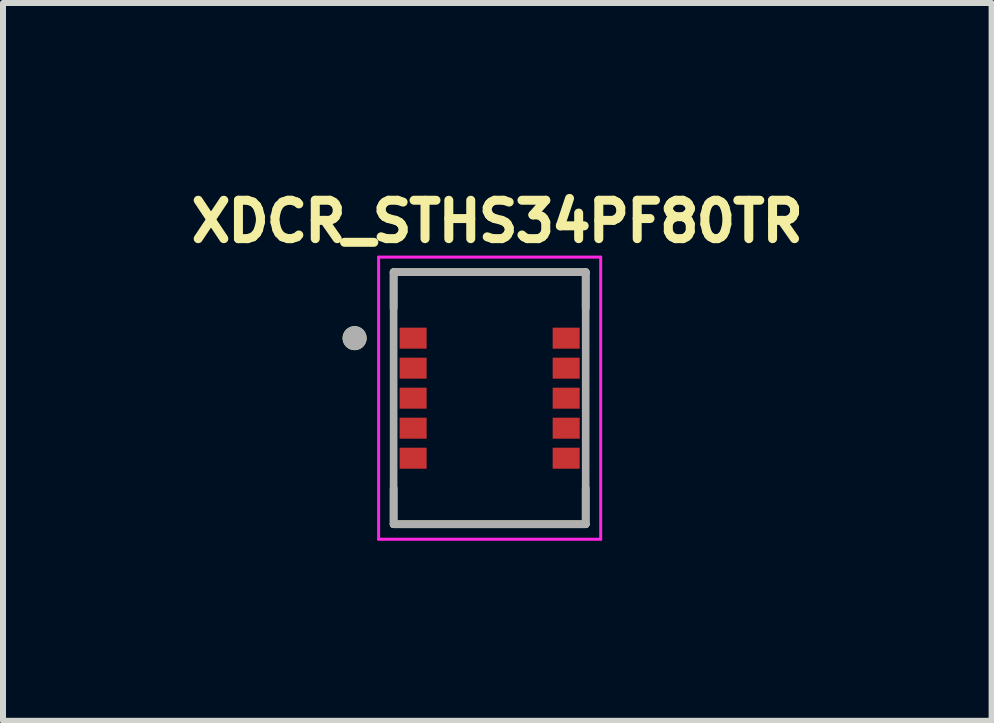
<source format=kicad_pcb>
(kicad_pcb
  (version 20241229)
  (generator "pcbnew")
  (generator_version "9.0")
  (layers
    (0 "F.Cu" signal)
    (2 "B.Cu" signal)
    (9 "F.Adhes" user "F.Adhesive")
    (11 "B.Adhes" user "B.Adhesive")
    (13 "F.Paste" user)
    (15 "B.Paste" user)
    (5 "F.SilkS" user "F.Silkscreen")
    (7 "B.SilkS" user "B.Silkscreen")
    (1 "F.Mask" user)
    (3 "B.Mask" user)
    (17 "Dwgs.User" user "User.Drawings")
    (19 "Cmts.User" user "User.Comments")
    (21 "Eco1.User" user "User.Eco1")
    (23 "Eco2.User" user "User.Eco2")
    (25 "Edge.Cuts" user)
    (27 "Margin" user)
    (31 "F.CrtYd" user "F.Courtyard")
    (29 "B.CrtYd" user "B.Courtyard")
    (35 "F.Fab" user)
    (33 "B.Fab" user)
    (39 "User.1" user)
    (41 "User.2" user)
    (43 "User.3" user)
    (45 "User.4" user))
  (footprint "XDCR_STHS34PF80TR"
    (layer "F.Cu")
    (at 5.108 3.584)
    (property "Reference" "XDCR_STHS34PF80TR" (at 0.127 -2.946 0) (layer "F.SilkS") (effects (font (size 0.64 0.64) (thickness 0.15))))
    (attr smd)
    (fp_poly (pts (xy -1.55 -1.225) (xy -1 -1.225) (xy -1 -0.775) (xy -1.55 -0.775)) (stroke (width 0.01) (type solid)) (fill yes) (layer "F.Mask"))
    (fp_poly (pts (xy -1.55 -0.725) (xy -1 -0.725) (xy -1 -0.275) (xy -1.55 -0.275)) (stroke (width 0.01) (type solid)) (fill yes) (layer "F.Mask"))
    (fp_poly (pts (xy -1.55 -0.225) (xy -1 -0.225) (xy -1 0.225) (xy -1.55 0.225)) (stroke (width 0.01) (type solid)) (fill yes) (layer "F.Mask"))
    (fp_poly (pts (xy -1.55 0.275) (xy -1 0.275) (xy -1 0.725) (xy -1.55 0.725)) (stroke (width 0.01) (type solid)) (fill yes) (layer "F.Mask"))
    (fp_poly (pts (xy -1.55 0.775) (xy -1 0.775) (xy -1 1.225) (xy -1.55 1.225)) (stroke (width 0.01) (type solid)) (fill yes) (layer "F.Mask"))
    (fp_poly (pts (xy 1 -1.225) (xy 1.55 -1.225) (xy 1.55 -0.775) (xy 1 -0.775)) (stroke (width 0.01) (type solid)) (fill yes) (layer "F.Mask"))
    (fp_poly (pts (xy 1 -0.725) (xy 1.55 -0.725) (xy 1.55 -0.275) (xy 1 -0.275)) (stroke (width 0.01) (type solid)) (fill yes) (layer "F.Mask"))
    (fp_poly (pts (xy 1 -0.225) (xy 1.55 -0.225) (xy 1.55 0.225) (xy 1 0.225)) (stroke (width 0.01) (type solid)) (fill yes) (layer "F.Mask"))
    (fp_poly (pts (xy 1 0.275) (xy 1.55 0.275) (xy 1.55 0.725) (xy 1 0.725)) (stroke (width 0.01) (type solid)) (fill yes) (layer "F.Mask"))
    (fp_poly (pts (xy 1 0.775) (xy 1.55 0.775) (xy 1.55 1.225) (xy 1 1.225)) (stroke (width 0.01) (type solid)) (fill yes) (layer "F.Mask"))
    (fp_line (start -1.6 -2.1) (end 1.6 -2.1) (stroke (width 0.127) (type solid)) (layer "F.SilkS"))
    (fp_line (start -1.6 -1.5) (end -1.6 -2.1) (stroke (width 0.127) (type solid)) (layer "F.SilkS"))
    (fp_line (start -1.6 2.1) (end -1.6 1.5) (stroke (width 0.127) (type solid)) (layer "F.SilkS"))
    (fp_line (start 1.6 -2.1) (end 1.6 -1.5) (stroke (width 0.127) (type solid)) (layer "F.SilkS"))
    (fp_line (start 1.6 1.5) (end 1.6 2.1) (stroke (width 0.127) (type solid)) (layer "F.SilkS"))
    (fp_line (start 1.6 2.1) (end -1.6 2.1) (stroke (width 0.127) (type solid)) (layer "F.SilkS"))
    (fp_circle (center -2.25 -1) (end -2.15 -1) (stroke (width 0.2) (type solid)) (fill no) (layer "F.SilkS"))
    (fp_poly (pts (xy -1.478 -1.157) (xy -1.073 -1.157) (xy -1.073 -0.843) (xy -1.478 -0.843)) (stroke (width 0.01) (type solid)) (fill yes) (layer "F.Paste"))
    (fp_poly (pts (xy -1.478 -0.657) (xy -1.073 -0.657) (xy -1.073 -0.343) (xy -1.478 -0.343)) (stroke (width 0.01) (type solid)) (fill yes) (layer "F.Paste"))
    (fp_poly (pts (xy -1.478 -0.158) (xy -1.073 -0.158) (xy -1.073 0.158) (xy -1.478 0.158)) (stroke (width 0.01) (type solid)) (fill yes) (layer "F.Paste"))
    (fp_poly (pts (xy -1.478 0.343) (xy -1.073 0.343) (xy -1.073 0.657) (xy -1.478 0.657)) (stroke (width 0.01) (type solid)) (fill yes) (layer "F.Paste"))
    (fp_poly (pts (xy -1.478 0.843) (xy -1.073 0.843) (xy -1.073 1.157) (xy -1.478 1.157)) (stroke (width 0.01) (type solid)) (fill yes) (layer "F.Paste"))
    (fp_poly (pts (xy 1.073 -1.157) (xy 1.478 -1.157) (xy 1.478 -0.843) (xy 1.073 -0.843)) (stroke (width 0.01) (type solid)) (fill yes) (layer "F.Paste"))
    (fp_poly (pts (xy 1.073 -0.657) (xy 1.478 -0.657) (xy 1.478 -0.343) (xy 1.073 -0.343)) (stroke (width 0.01) (type solid)) (fill yes) (layer "F.Paste"))
    (fp_poly (pts (xy 1.073 -0.158) (xy 1.478 -0.158) (xy 1.478 0.158) (xy 1.073 0.158)) (stroke (width 0.01) (type solid)) (fill yes) (layer "F.Paste"))
    (fp_poly (pts (xy 1.073 0.343) (xy 1.478 0.343) (xy 1.478 0.657) (xy 1.073 0.657)) (stroke (width 0.01) (type solid)) (fill yes) (layer "F.Paste"))
    (fp_poly (pts (xy 1.073 0.843) (xy 1.478 0.843) (xy 1.478 1.157) (xy 1.073 1.157)) (stroke (width 0.01) (type solid)) (fill yes) (layer "F.Paste"))
    (fp_line (start -1.85 -2.35) (end 1.85 -2.35) (stroke (width 0.05) (type solid)) (layer "F.CrtYd"))
    (fp_line (start -1.85 2.35) (end -1.85 -2.35) (stroke (width 0.05) (type solid)) (layer "F.CrtYd"))
    (fp_line (start 1.85 -2.35) (end 1.85 2.35) (stroke (width 0.05) (type solid)) (layer "F.CrtYd"))
    (fp_line (start 1.85 2.35) (end -1.85 2.35) (stroke (width 0.05) (type solid)) (layer "F.CrtYd"))
    (fp_line (start -1.6 -2.1) (end 1.6 -2.1) (stroke (width 0.127) (type solid)) (layer "F.Fab"))
    (fp_line (start -1.6 2.1) (end -1.6 -2.1) (stroke (width 0.127) (type solid)) (layer "F.Fab"))
    (fp_line (start 1.6 -2.1) (end 1.6 2.1) (stroke (width 0.127) (type solid)) (layer "F.Fab"))
    (fp_line (start 1.6 2.1) (end -1.6 2.1) (stroke (width 0.127) (type solid)) (layer "F.Fab"))
    (fp_circle (center -2.25 -1) (end -2.15 -1) (stroke (width 0.2) (type solid)) (fill no) (layer "F.Fab"))
    (pad "1" smd rect (at -1.275 -1) (size 0.45 0.35) (layers "F.Cu"))
    (pad "2" smd rect (at -1.275 -0.5) (size 0.45 0.35) (layers "F.Cu"))
    (pad "3" smd rect (at -1.275 0) (size 0.45 0.35) (layers "F.Cu"))
    (pad "4" smd rect (at -1.275 0.5) (size 0.45 0.35) (layers "F.Cu"))
    (pad "5" smd rect (at -1.275 1) (size 0.45 0.35) (layers "F.Cu"))
    (pad "6" smd rect (at 1.275 1) (size 0.45 0.35) (layers "F.Cu"))
    (pad "7" smd rect (at 1.275 0.5) (size 0.45 0.35) (layers "F.Cu"))
    (pad "8" smd rect (at 1.275 0) (size 0.45 0.35) (layers "F.Cu"))
    (pad "9" smd rect (at 1.275 -0.5) (size 0.45 0.35) (layers "F.Cu"))
    (pad "10" smd rect (at 1.275 -1) (size 0.45 0.35) (layers "F.Cu")))
  (gr_rect
    (start -3 -3)
    (end 13.471 8.959)
    (stroke (width 0.1) (type default))
    (fill no)
    (layer "Edge.Cuts")))
</source>
